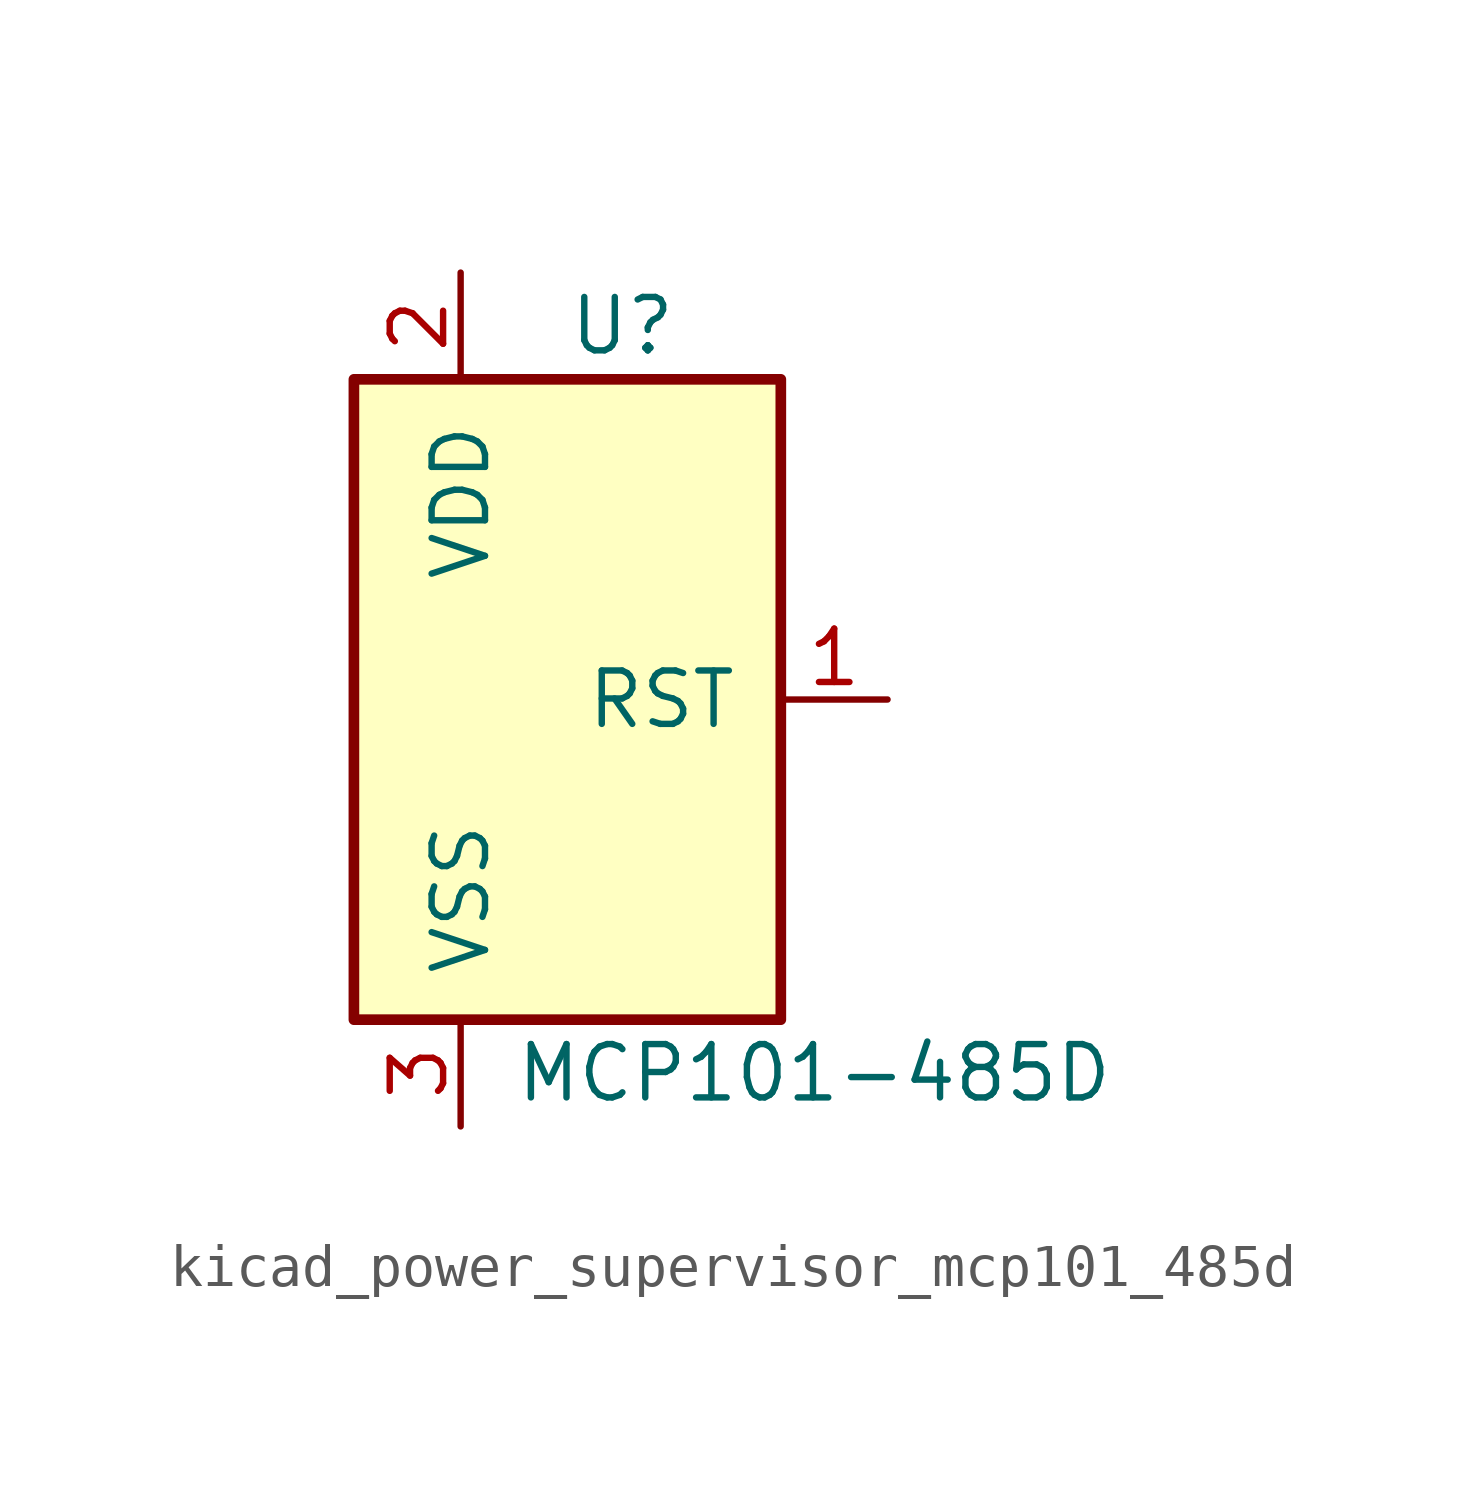
<source format=kicad_sym>
(kicad_symbol_lib
  (version 20220914)
  (generator kicad_symbol_editor)
  (symbol "kicad_power_supervisor_mcp101_485d"
    (pin_names
      (offset 1.016))
    (property "Reference" "U"
      (at 0 8.89 0)
      (effects (font (size 1.27 1.27)) (justify left)))
    (property "Value" "MCP101-485D"
      (at -1.27 -8.89 0)
      (effects (font (size 1.27 1.27)) (justify left)))
    (symbol "kicad_power_supervisor_mcp101_485d_1_1"
      (rectangle (start -5.08 7.62) (end 5.08 -7.62) (stroke (width 0.254) (type default)) (fill (type background)))
      (pin output line (at 7.62 0 180) (length 2.54) (name "RST" (effects (font (size 1.27 1.27)))) (number "1" (effects (font (size 1.27 1.27)))))
      (pin power_in line (at -2.54 10.16 270) (length 2.54) (name "VDD" (effects (font (size 1.27 1.27)))) (number "2" (effects (font (size 1.27 1.27)))))
      (pin power_in line (at -2.54 -10.16 90) (length 2.54) (name "VSS" (effects (font (size 1.27 1.27)))) (number "3" (effects (font (size 1.27 1.27))))))))
</source>
